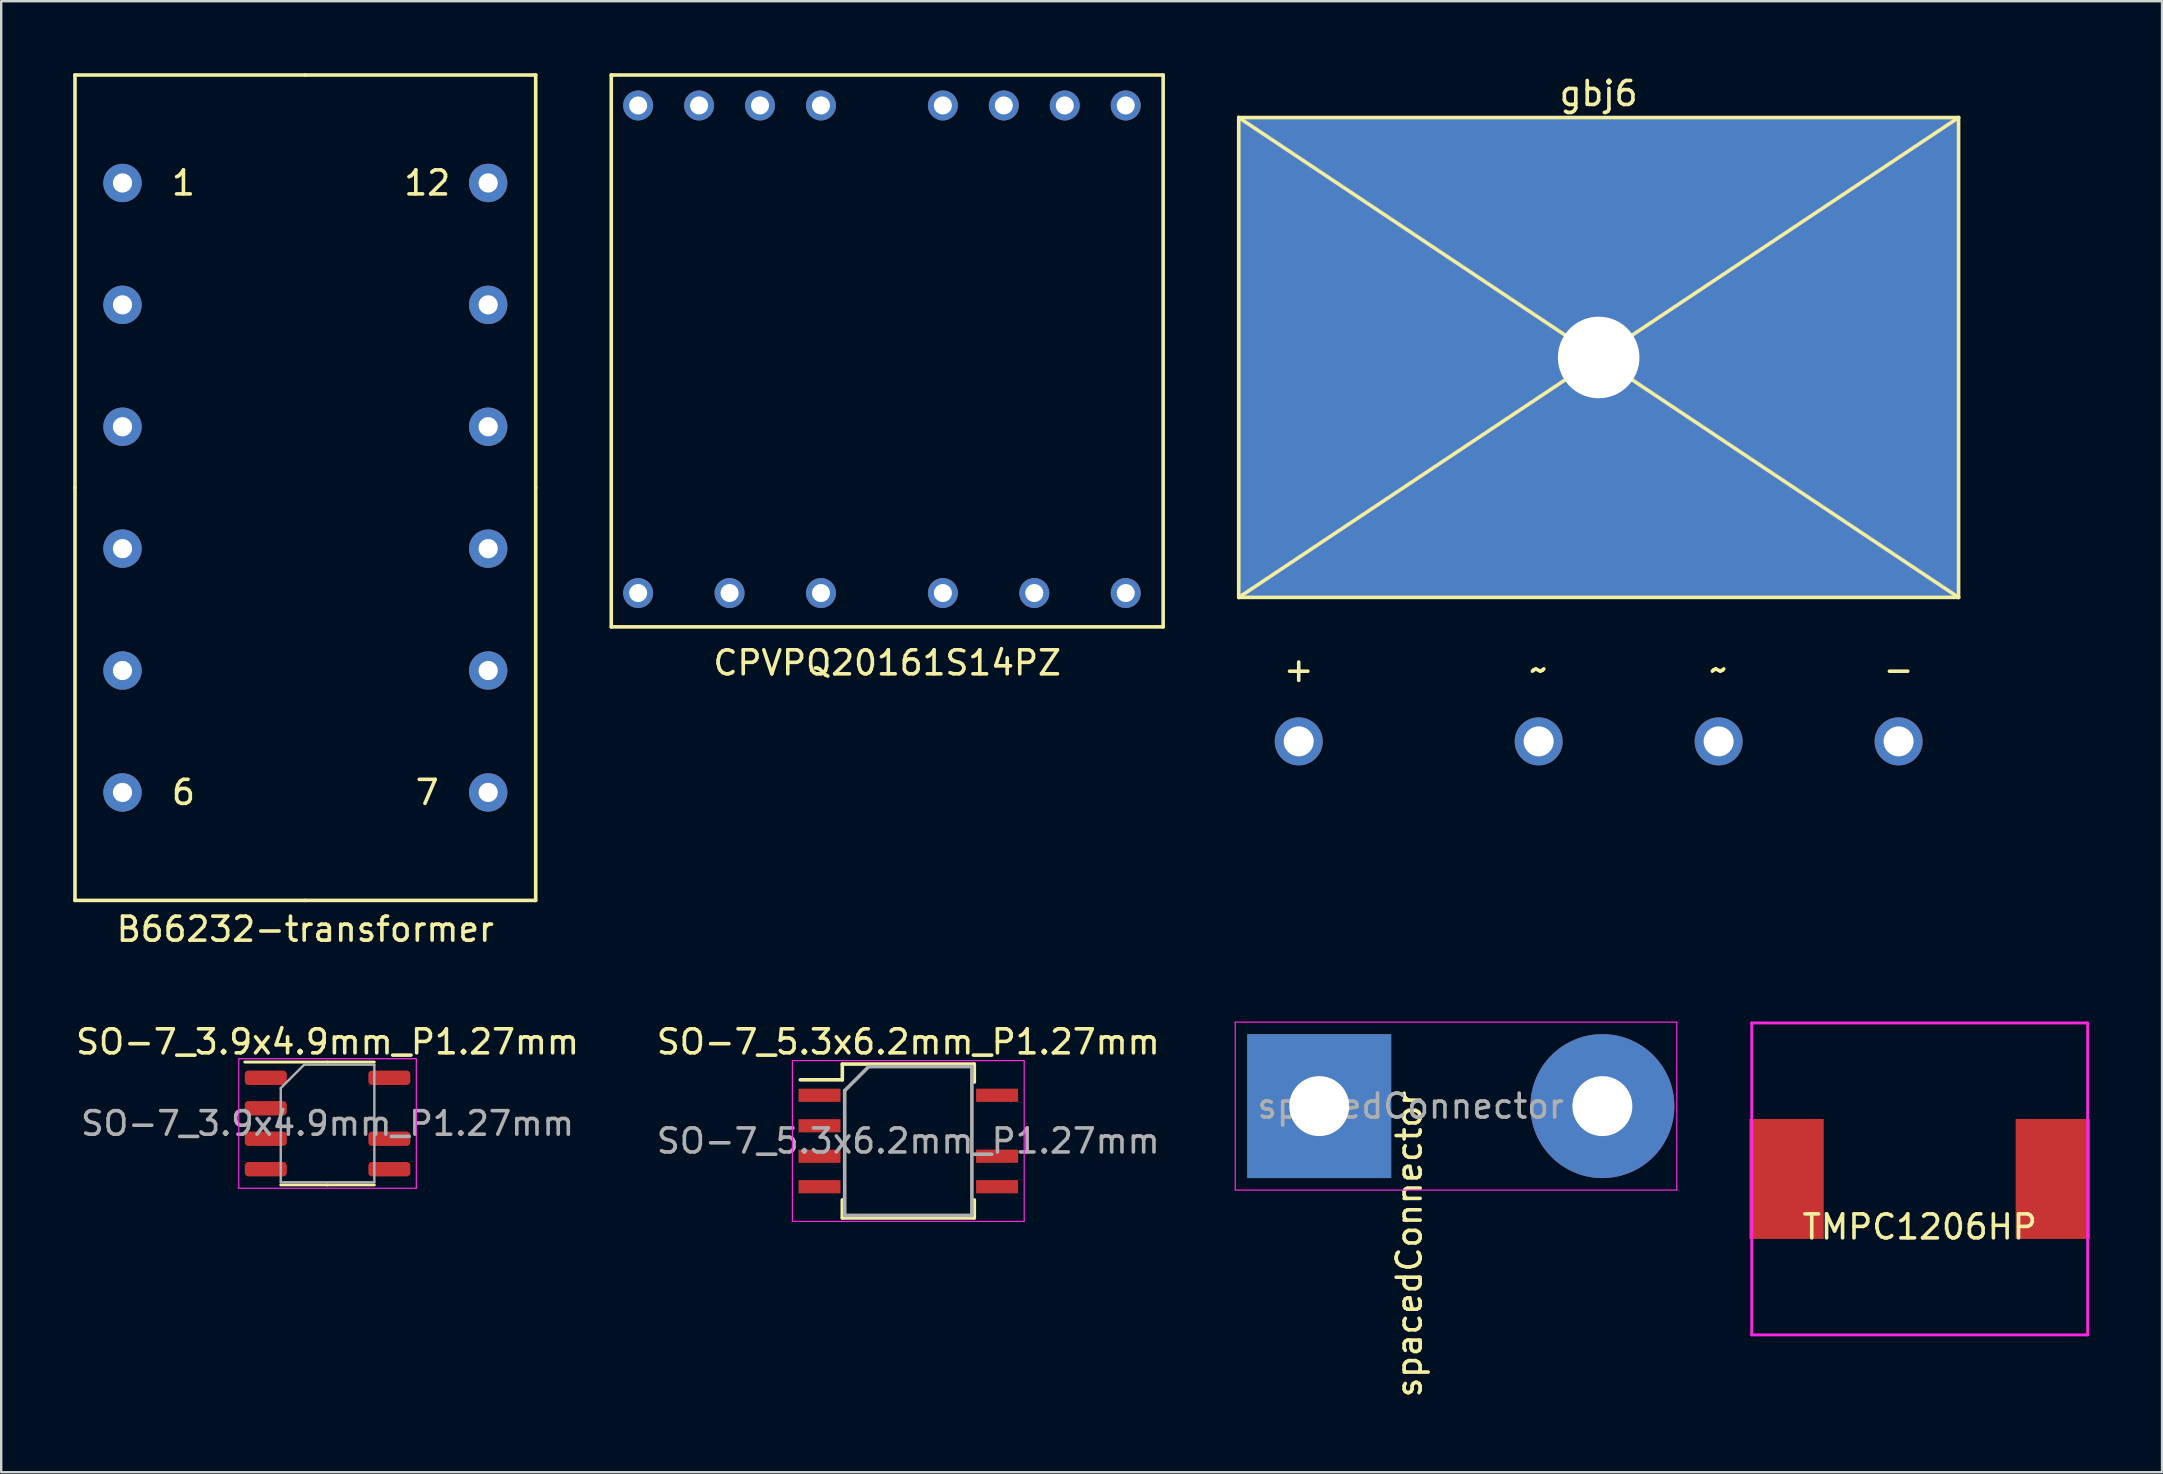
<source format=kicad_pcb>
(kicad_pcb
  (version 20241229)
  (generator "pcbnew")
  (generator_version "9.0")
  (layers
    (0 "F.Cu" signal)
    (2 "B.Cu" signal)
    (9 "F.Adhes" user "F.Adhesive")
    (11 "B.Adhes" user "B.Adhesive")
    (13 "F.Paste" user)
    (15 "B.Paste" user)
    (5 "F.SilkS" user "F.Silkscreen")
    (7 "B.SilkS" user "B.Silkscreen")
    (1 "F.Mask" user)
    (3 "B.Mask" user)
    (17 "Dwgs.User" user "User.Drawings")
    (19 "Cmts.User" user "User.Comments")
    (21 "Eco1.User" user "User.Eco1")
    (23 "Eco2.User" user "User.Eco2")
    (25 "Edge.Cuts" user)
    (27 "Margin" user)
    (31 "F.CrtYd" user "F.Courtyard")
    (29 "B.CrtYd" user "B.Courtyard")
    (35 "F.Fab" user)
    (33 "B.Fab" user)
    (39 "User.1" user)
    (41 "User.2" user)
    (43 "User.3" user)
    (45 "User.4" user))
  (footprint "spacedConnector"
    (layer "F.Cu")
    (at 51.93 43.048)
    (property "Reference" "spacedConnector" (at 3.75 5.75 90) (layer "F.SilkS") (effects (font (size 1 1) (thickness 0.15))))
    (attr exclude_from_pos_files exclude_from_bom)
    (fp_line (start -3.5 -3.5) (end -3.5 3.5) (stroke (width 0.05) (type solid)) (layer "F.CrtYd"))
    (fp_line (start -3.5 -3.5) (end 14.9 -3.5) (stroke (width 0.05) (type solid)) (layer "F.CrtYd"))
    (fp_line (start 14.9 3.5) (end -3.5 3.5) (stroke (width 0.05) (type solid)) (layer "F.CrtYd"))
    (fp_line (start 14.9 3.5) (end 14.9 -3.5) (stroke (width 0.05) (type solid)) (layer "F.CrtYd"))
    (fp_text user "${REFERENCE}" (at 3.81 0 0) (layer "F.Fab") (effects (font (size 1 1) (thickness 0.15))))
    (pad "1" thru_hole rect (at 0 0) (size 5.999 5.999) (drill 2.499) (layers "*.Cu" "*.Mask"))
    (pad "2" thru_hole circle (at 11.8 0) (size 5.999 5.999) (drill 2.499) (layers "*.Cu" "*.Mask")))
  (footprint "B66232-transformer"
    (layer "F.Cu")
    (at 9.675 17.275)
    (property "Reference" "B66232-transformer" (at 0 18.4 0) (layer "F.SilkS") (effects (font (size 1 1) (thickness 0.15))))
    (attr through_hole)
    (fp_line (start -9.6 -17.2) (end 0 -17.2) (stroke (width 0.15) (type solid)) (layer "F.SilkS"))
    (fp_line (start -9.6 0) (end -9.6 -17.2) (stroke (width 0.15) (type solid)) (layer "F.SilkS"))
    (fp_line (start -9.6 17.2) (end -9.6 0) (stroke (width 0.15) (type solid)) (layer "F.SilkS"))
    (fp_line (start -9.6 17.2) (end 0 17.2) (stroke (width 0.15) (type solid)) (layer "F.SilkS"))
    (fp_line (start 9.6 -17.2) (end 0 -17.2) (stroke (width 0.15) (type solid)) (layer "F.SilkS"))
    (fp_line (start 9.6 0) (end 9.6 -17.2) (stroke (width 0.15) (type solid)) (layer "F.SilkS"))
    (fp_line (start 9.6 17.2) (end 0 17.2) (stroke (width 0.15) (type solid)) (layer "F.SilkS"))
    (fp_line (start 9.6 17.2) (end 9.6 0) (stroke (width 0.15) (type solid)) (layer "F.SilkS"))
    (fp_text user "1" (at -5.08 -12.7 0) (layer "F.SilkS") (effects (font (size 1 1) (thickness 0.15))))
    (fp_text user "6" (at -5.08 12.7 0) (layer "F.SilkS") (effects (font (size 1 1) (thickness 0.15))))
    (fp_text user "12" (at 5.08 -12.7 0) (layer "F.SilkS") (effects (font (size 1 1) (thickness 0.15))))
    (fp_text user "7" (at 5.08 12.7 0) (layer "F.SilkS") (effects (font (size 1 1) (thickness 0.15))))
    (pad "1" thru_hole circle (at -7.62 -12.7) (size 1.6 1.6) (drill 0.8) (layers "*.Cu" "*.Mask"))
    (pad "2" thru_hole circle (at -7.62 -7.62) (size 1.6 1.6) (drill 0.8) (layers "*.Cu" "*.Mask"))
    (pad "3" thru_hole circle (at -7.62 -2.54) (size 1.6 1.6) (drill 0.8) (layers "*.Cu" "*.Mask"))
    (pad "4" thru_hole circle (at -7.62 2.54) (size 1.6 1.6) (drill 0.8) (layers "*.Cu" "*.Mask"))
    (pad "5" thru_hole circle (at -7.62 7.62) (size 1.6 1.6) (drill 0.8) (layers "*.Cu" "*.Mask"))
    (pad "6" thru_hole circle (at -7.62 12.7) (size 1.6 1.6) (drill 0.8) (layers "*.Cu" "*.Mask"))
    (pad "7" thru_hole circle (at 7.62 12.7) (size 1.6 1.6) (drill 0.8) (layers "*.Cu" "*.Mask"))
    (pad "8" thru_hole circle (at 7.62 7.62) (size 1.6 1.6) (drill 0.8) (layers "*.Cu" "*.Mask"))
    (pad "9" thru_hole circle (at 7.62 2.54) (size 1.6 1.6) (drill 0.8) (layers "*.Cu" "*.Mask"))
    (pad "10" thru_hole circle (at 7.62 -2.54) (size 1.6 1.6) (drill 0.8) (layers "*.Cu" "*.Mask"))
    (pad "11" thru_hole circle (at 7.62 -7.62) (size 1.6 1.6) (drill 0.8) (layers "*.Cu" "*.Mask"))
    (pad "12" thru_hole circle (at 7.62 -12.7) (size 1.6 1.6) (drill 0.8) (layers "*.Cu" "*.Mask")))
  (footprint "CPVPQ20161S14PZ"
    (layer "F.Cu")
    (at 33.925 11.575)
    (property "Reference" "CPVPQ20161S14PZ" (at 0 13 0) (layer "F.SilkS") (effects (font (size 1 1) (thickness 0.15))))
    (attr through_hole)
    (fp_line (start -11.5 -11.5) (end 11.5 -11.5) (stroke (width 0.15) (type solid)) (layer "F.SilkS"))
    (fp_line (start -11.5 11.5) (end -11.5 -11.5) (stroke (width 0.15) (type solid)) (layer "F.SilkS"))
    (fp_line (start -11.5 11.5) (end 11.5 11.5) (stroke (width 0.15) (type solid)) (layer "F.SilkS"))
    (fp_line (start 11.5 -11.5) (end 11.5 11.5) (stroke (width 0.15) (type solid)) (layer "F.SilkS"))
    (pad "1" thru_hole circle (at -10.38 -10.23) (size 1.25 1.25) (drill 0.75) (layers "*.Cu" "*.Mask"))
    (pad "2" thru_hole circle (at -10.38 10.09) (size 1.25 1.25) (drill 0.75) (layers "*.Cu" "*.Mask"))
    (pad "3" thru_hole circle (at -7.84 -10.23) (size 1.25 1.25) (drill 0.75) (layers "*.Cu" "*.Mask"))
    (pad "4" thru_hole circle (at -5.3 -10.23) (size 1.25 1.25) (drill 0.75) (layers "*.Cu" "*.Mask"))
    (pad "5" thru_hole circle (at -2.76 -10.23) (size 1.25 1.25) (drill 0.75) (layers "*.Cu" "*.Mask"))
    (pad "6" thru_hole circle (at 2.32 -10.23) (size 1.25 1.25) (drill 0.75) (layers "*.Cu" "*.Mask"))
    (pad "7" thru_hole circle (at 4.86 -10.23) (size 1.25 1.25) (drill 0.75) (layers "*.Cu" "*.Mask"))
    (pad "8" thru_hole circle (at 7.4 -10.23) (size 1.25 1.25) (drill 0.75) (layers "*.Cu" "*.Mask"))
    (pad "9" thru_hole circle (at 9.94 -10.23) (size 1.25 1.25) (drill 0.75) (layers "*.Cu" "*.Mask"))
    (pad "11" thru_hole circle (at -6.57 10.09) (size 1.25 1.25) (drill 0.75) (layers "*.Cu" "*.Mask"))
    (pad "12" thru_hole circle (at -2.76 10.09) (size 1.25 1.25) (drill 0.75) (layers "*.Cu" "*.Mask"))
    (pad "13" thru_hole circle (at 2.32 10.09) (size 1.25 1.25) (drill 0.75) (layers "*.Cu" "*.Mask"))
    (pad "14" thru_hole circle (at 6.13 10.09) (size 1.25 1.25) (drill 0.75) (layers "*.Cu" "*.Mask"))
    (pad "15" thru_hole circle (at 9.94 10.09) (size 1.25 1.25) (drill 0.75) (layers "*.Cu" "*.Mask")))
  (footprint "gbj6"
    (layer "F.Cu")
    (at 63.575 11.848)
    (property "Reference" "gbj6" (at 0 -11 0) (layer "F.SilkS") (effects (font (size 1 1) (thickness 0.15))))
    (attr through_hole)
    (fp_poly (pts (xy 15 10) (xy -15 10) (xy -15 -10) (xy 15 -10)) (stroke (width 0.1) (type solid)) (fill yes) (layer "F.Cu"))
    (fp_poly (pts (xy 15 10) (xy -15 10) (xy -15 -10) (xy 15 -10)) (stroke (width 0.1) (type solid)) (fill yes) (layer "B.Cu"))
    (fp_line (start -15 -10) (end 15 -10) (stroke (width 0.15) (type solid)) (layer "F.SilkS"))
    (fp_line (start -15 10) (end -15 -10) (stroke (width 0.15) (type solid)) (layer "F.SilkS"))
    (fp_line (start -15 10) (end 15 -10) (stroke (width 0.15) (type solid)) (layer "F.SilkS"))
    (fp_line (start 15 -10) (end 15 10) (stroke (width 0.15) (type solid)) (layer "F.SilkS"))
    (fp_line (start 15 10) (end -15 -10) (stroke (width 0.15) (type solid)) (layer "F.SilkS"))
    (fp_line (start 15 10) (end -15 10) (stroke (width 0.15) (type solid)) (layer "F.SilkS"))
    (fp_text user "~" (at 5 13 0) (layer "F.SilkS") (effects (font (size 1 1) (thickness 0.15))))
    (fp_text user "~" (at -2.5 13 0) (layer "F.SilkS") (effects (font (size 1 1) (thickness 0.15))))
    (fp_text user "-" (at 12.5 13 0) (layer "F.SilkS") (effects (font (size 1 1) (thickness 0.15))))
    (fp_text user "+" (at -12.5 13 0) (layer "F.SilkS") (effects (font (size 1 1) (thickness 0.15))))
    (pad "1" thru_hole circle (at -12.5 16) (size 2 2) (drill 1.25) (layers "*.Cu" "*.Mask"))
    (pad "2" thru_hole circle (at -2.5 16) (size 2 2) (drill 1.25) (layers "*.Cu" "*.Mask"))
    (pad "3" thru_hole circle (at 5 16) (size 2 2) (drill 1.25) (layers "*.Cu" "*.Mask"))
    (pad "4" thru_hole circle (at 12.5 16) (size 2 2) (drill 1.25) (layers "*.Cu" "*.Mask"))
    (pad "5" thru_hole circle (at 0 0) (size 4 4) (drill 3.4) (layers "*.Cu" "*.Mask")))
  (footprint "SO-7_3.9x4.9mm_P1.27mm"
    (layer "F.Cu")
    (at 10.601 43.772)
    (property "Reference" "SO-7_3.9x4.9mm_P1.27mm" (at 0 -3.4 180) (layer "F.SilkS") (effects (font (size 1 1) (thickness 0.15))))
    (attr smd)
    (fp_line (start 0 -2.56) (end -3.45 -2.56) (stroke (width 0.12) (type solid)) (layer "F.SilkS"))
    (fp_line (start 0 -2.56) (end 1.95 -2.56) (stroke (width 0.12) (type solid)) (layer "F.SilkS"))
    (fp_line (start 0 2.56) (end -1.95 2.56) (stroke (width 0.12) (type solid)) (layer "F.SilkS"))
    (fp_line (start 0 2.56) (end 1.95 2.56) (stroke (width 0.12) (type solid)) (layer "F.SilkS"))
    (fp_line (start -3.7 -2.7) (end -3.7 2.7) (stroke (width 0.05) (type solid)) (layer "F.CrtYd"))
    (fp_line (start -3.7 2.7) (end 3.7 2.7) (stroke (width 0.05) (type solid)) (layer "F.CrtYd"))
    (fp_line (start 3.7 -2.7) (end -3.7 -2.7) (stroke (width 0.05) (type solid)) (layer "F.CrtYd"))
    (fp_line (start 3.7 2.7) (end 3.7 -2.7) (stroke (width 0.05) (type solid)) (layer "F.CrtYd"))
    (fp_line (start -1.95 -1.475) (end -0.975 -2.45) (stroke (width 0.1) (type solid)) (layer "F.Fab"))
    (fp_line (start -1.95 2.45) (end -1.95 -1.475) (stroke (width 0.1) (type solid)) (layer "F.Fab"))
    (fp_line (start -0.975 -2.45) (end 1.95 -2.45) (stroke (width 0.1) (type solid)) (layer "F.Fab"))
    (fp_line (start 1.95 -2.45) (end 1.95 2.45) (stroke (width 0.1) (type solid)) (layer "F.Fab"))
    (fp_line (start 1.95 2.45) (end -1.95 2.45) (stroke (width 0.1) (type solid)) (layer "F.Fab"))
    (fp_text user "${REFERENCE}" (at 0 0 180) (layer "F.Fab") (effects (font (size 0.98 0.98) (thickness 0.15))))
    (pad "1" smd roundrect (at -2.575 -1.905) (size 1.75 0.6) (layers "F.Cu" "F.Mask" "F.Paste") (roundrect_rratio 0.25))
    (pad "2" smd roundrect (at -2.575 -0.635) (size 1.75 0.6) (layers "F.Cu" "F.Mask" "F.Paste") (roundrect_rratio 0.25))
    (pad "3" smd roundrect (at -2.575 0.635) (size 1.75 0.6) (layers "F.Cu" "F.Mask" "F.Paste") (roundrect_rratio 0.25))
    (pad "4" smd roundrect (at -2.575 1.905) (size 1.75 0.6) (layers "F.Cu" "F.Mask" "F.Paste") (roundrect_rratio 0.25))
    (pad "5" smd roundrect (at 2.575 1.905) (size 1.75 0.6) (layers "F.Cu" "F.Mask" "F.Paste") (roundrect_rratio 0.25))
    (pad "6" smd roundrect (at 2.575 0.635) (size 1.75 0.6) (layers "F.Cu" "F.Mask" "F.Paste") (roundrect_rratio 0.25))
    (pad "7" smd roundrect (at 2.575 -1.905) (size 1.75 0.6) (layers "F.Cu" "F.Mask" "F.Paste") (roundrect_rratio 0.25)))
  (footprint "SO-7_5.3x6.2mm_P1.27mm"
    (layer "F.Cu")
    (at 34.804 44.502)
    (property "Reference" "SO-7_5.3x6.2mm_P1.27mm" (at 0 -4.13 0) (layer "F.SilkS") (effects (font (size 1 1) (thickness 0.15))))
    (attr smd)
    (fp_line (start -2.75 -3.205) (end -2.75 -2.55) (stroke (width 0.15) (type solid)) (layer "F.SilkS"))
    (fp_line (start -2.75 -3.205) (end 2.75 -3.205) (stroke (width 0.15) (type solid)) (layer "F.SilkS"))
    (fp_line (start -2.75 -2.55) (end -4.5 -2.55) (stroke (width 0.15) (type solid)) (layer "F.SilkS"))
    (fp_line (start -2.75 3.205) (end -2.75 2.455) (stroke (width 0.15) (type solid)) (layer "F.SilkS"))
    (fp_line (start -2.75 3.205) (end 2.75 3.205) (stroke (width 0.15) (type solid)) (layer "F.SilkS"))
    (fp_line (start 2.75 -3.205) (end 2.75 -2.455) (stroke (width 0.15) (type solid)) (layer "F.SilkS"))
    (fp_line (start 2.75 3.205) (end 2.75 2.455) (stroke (width 0.15) (type solid)) (layer "F.SilkS"))
    (fp_line (start -4.83 -3.35) (end -4.83 3.35) (stroke (width 0.05) (type solid)) (layer "F.CrtYd"))
    (fp_line (start -4.83 -3.35) (end 4.83 -3.35) (stroke (width 0.05) (type solid)) (layer "F.CrtYd"))
    (fp_line (start -4.83 3.35) (end 4.83 3.35) (stroke (width 0.05) (type solid)) (layer "F.CrtYd"))
    (fp_line (start 4.83 -3.35) (end 4.83 3.35) (stroke (width 0.05) (type solid)) (layer "F.CrtYd"))
    (fp_line (start -2.65 -2.1) (end -1.65 -3.1) (stroke (width 0.15) (type solid)) (layer "F.Fab"))
    (fp_line (start -2.65 3.1) (end -2.65 -2.1) (stroke (width 0.15) (type solid)) (layer "F.Fab"))
    (fp_line (start -1.65 -3.1) (end 2.65 -3.1) (stroke (width 0.15) (type solid)) (layer "F.Fab"))
    (fp_line (start 2.65 -3.1) (end 2.65 3.1) (stroke (width 0.15) (type solid)) (layer "F.Fab"))
    (fp_line (start 2.65 3.1) (end -2.65 3.1) (stroke (width 0.15) (type solid)) (layer "F.Fab"))
    (fp_text user "${REFERENCE}" (at 0 0 0) (layer "F.Fab") (effects (font (size 1 1) (thickness 0.15))))
    (pad "1" smd rect (at -3.7 -1.905) (size 1.75 0.55) (layers "F.Cu" "F.Mask" "F.Paste"))
    (pad "2" smd rect (at -3.7 -0.635) (size 1.75 0.55) (layers "F.Cu" "F.Mask" "F.Paste"))
    (pad "3" smd rect (at -3.7 0.635) (size 1.75 0.55) (layers "F.Cu" "F.Mask" "F.Paste"))
    (pad "4" smd rect (at -3.7 1.905) (size 1.75 0.55) (layers "F.Cu" "F.Mask" "F.Paste"))
    (pad "5" smd rect (at 3.7 1.905) (size 1.75 0.55) (layers "F.Cu" "F.Mask" "F.Paste"))
    (pad "6" smd rect (at 3.7 0.635) (size 1.75 0.55) (layers "F.Cu" "F.Mask" "F.Paste"))
    (pad "7" smd rect (at 3.7 -1.905) (size 1.75 0.55) (layers "F.Cu" "F.Mask" "F.Paste")))
  (footprint "TMPC1206HP"
    (layer "F.Cu")
    (at 76.955 46.083)
    (property "Reference" "TMPC1206HP" (at 0 2 0) (layer "F.SilkS") (effects (font (size 1 1) (thickness 0.15))))
    (attr through_hole)
    (fp_line (start -7 -6.5) (end -7 6.5) (stroke (width 0.12) (type solid)) (layer "F.CrtYd"))
    (fp_line (start -7 6.5) (end 7 6.5) (stroke (width 0.12) (type solid)) (layer "F.CrtYd"))
    (fp_line (start 7 -6.5) (end -7 -6.5) (stroke (width 0.12) (type solid)) (layer "F.CrtYd"))
    (fp_line (start 7 6.5) (end 7 -6.5) (stroke (width 0.12) (type solid)) (layer "F.CrtYd"))
    (pad "1" smd rect (at -5.55 0) (size 3.1 5) (layers "F.Cu" "F.Mask" "F.Paste"))
    (pad "2" smd rect (at 5.55 0 180) (size 3.1 5) (layers "F.Cu" "F.Mask" "F.Paste")))
  (gr_rect
    (start -3 -3)
    (end 87.055 58.304)
    (stroke (width 0.1) (type default))
    (fill no)
    (layer "Edge.Cuts")))
</source>
